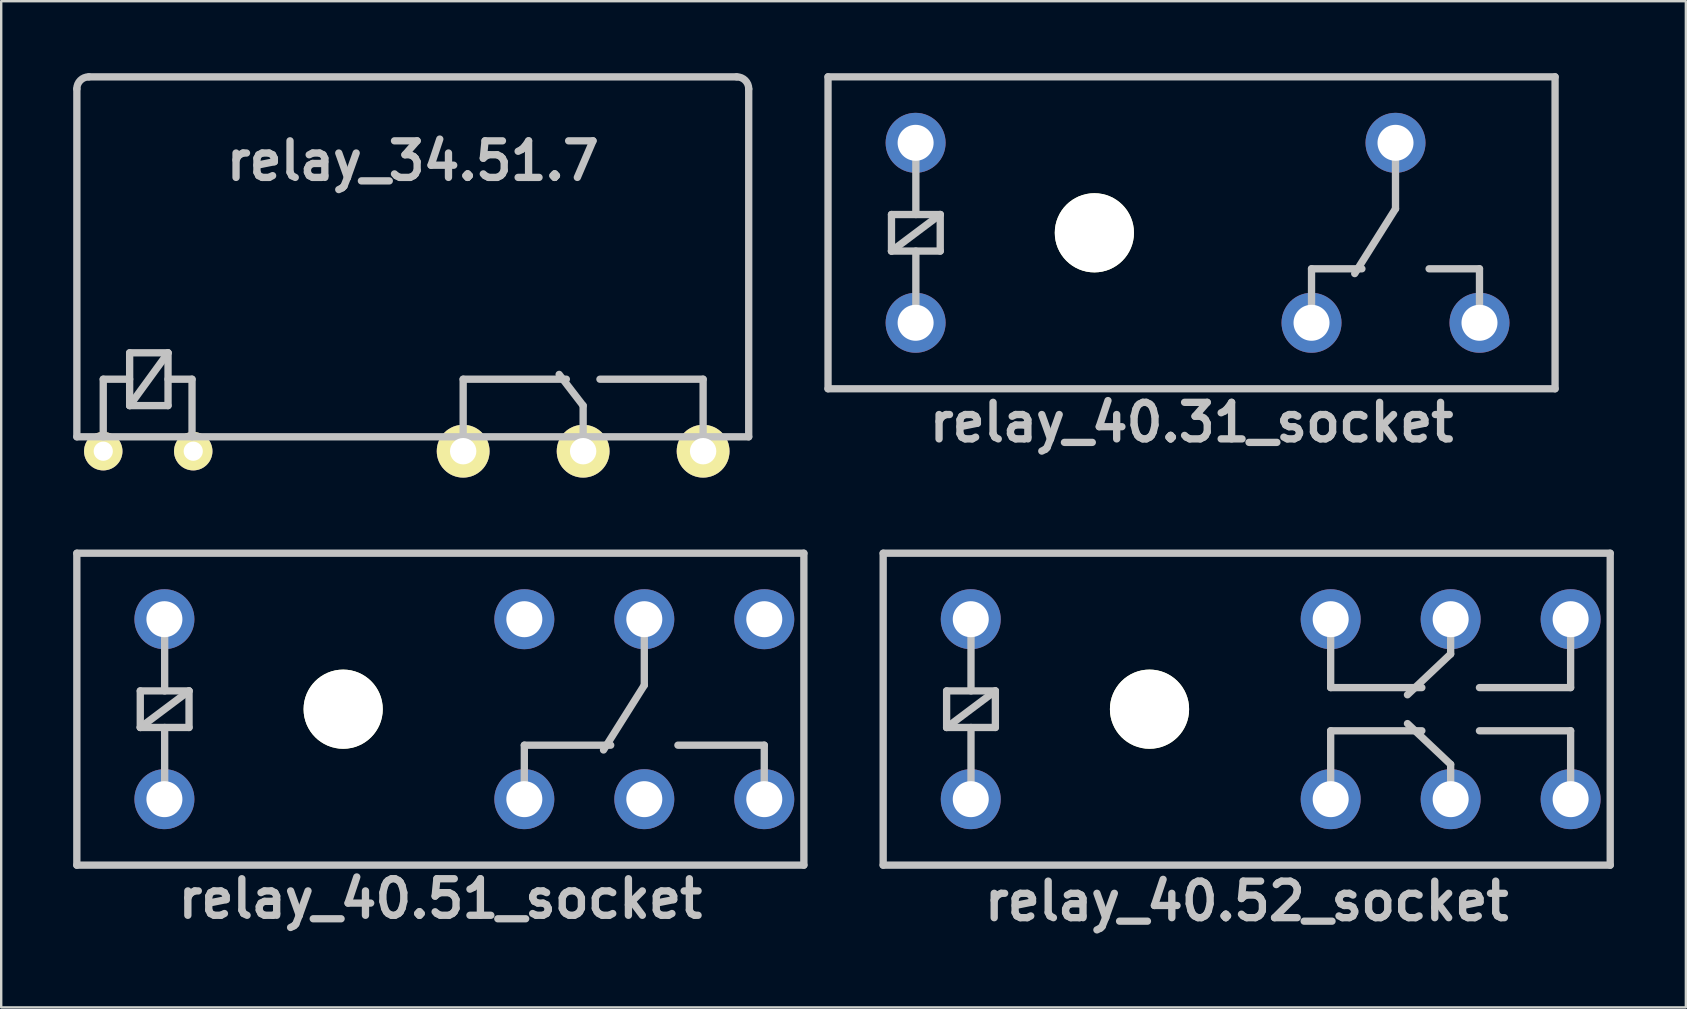
<source format=kicad_pcb>
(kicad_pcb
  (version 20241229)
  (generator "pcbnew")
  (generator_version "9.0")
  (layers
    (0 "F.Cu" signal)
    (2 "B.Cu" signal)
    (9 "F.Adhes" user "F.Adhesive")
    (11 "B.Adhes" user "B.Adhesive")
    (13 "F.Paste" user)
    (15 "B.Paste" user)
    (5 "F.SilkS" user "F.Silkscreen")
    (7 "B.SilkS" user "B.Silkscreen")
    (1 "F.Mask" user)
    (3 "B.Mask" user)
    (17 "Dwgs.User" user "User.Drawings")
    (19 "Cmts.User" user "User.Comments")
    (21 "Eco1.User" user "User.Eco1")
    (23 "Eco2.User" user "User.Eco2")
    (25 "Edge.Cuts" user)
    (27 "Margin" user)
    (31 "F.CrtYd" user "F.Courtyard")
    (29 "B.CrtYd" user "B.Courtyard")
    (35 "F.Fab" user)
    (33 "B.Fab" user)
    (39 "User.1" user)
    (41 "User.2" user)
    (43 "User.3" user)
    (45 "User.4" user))
  (footprint "relay_40.51_socket"
    (layer "F.Cu")
    (at 15.302 26.506)
    (property "Reference" "relay_40.51_socket" (at 0 7.9 0) (layer "Dwgs.User") (effects (font (size 1.524 1.524) (thickness 0.305))))
    (attr through_hole)
    (fp_line (start -15.15 -6.5) (end -15.15 6.5) (stroke (width 0.305) (type solid)) (layer "Dwgs.User"))
    (fp_line (start -15.15 -6.5) (end 15.15 -6.5) (stroke (width 0.305) (type solid)) (layer "Dwgs.User"))
    (fp_line (start -15.15 6.5) (end 15.15 6.5) (stroke (width 0.305) (type solid)) (layer "Dwgs.User"))
    (fp_line (start -12.506 -0.762) (end -10.474 -0.762) (stroke (width 0.305) (type solid)) (layer "Dwgs.User"))
    (fp_line (start -12.506 0.762) (end -12.506 -0.762) (stroke (width 0.305) (type solid)) (layer "Dwgs.User"))
    (fp_line (start -12.506 0.762) (end -10.474 -0.762) (stroke (width 0.305) (type solid)) (layer "Dwgs.User"))
    (fp_line (start -11.49 -3.81) (end -11.49 -0.762) (stroke (width 0.305) (type solid)) (layer "Dwgs.User"))
    (fp_line (start -11.49 3.81) (end -11.49 0.762) (stroke (width 0.305) (type solid)) (layer "Dwgs.User"))
    (fp_line (start -10.474 -0.762) (end -10.474 0.762) (stroke (width 0.305) (type solid)) (layer "Dwgs.User"))
    (fp_line (start -10.474 0.762) (end -12.506 0.762) (stroke (width 0.305) (type solid)) (layer "Dwgs.User"))
    (fp_line (start 3.5 1.5) (end 7.1 1.5) (stroke (width 0.305) (type solid)) (layer "Dwgs.User"))
    (fp_line (start 3.5 3.7) (end 3.5 1.5) (stroke (width 0.305) (type solid)) (layer "Dwgs.User"))
    (fp_line (start 8.5 -1) (end 6.8 1.7) (stroke (width 0.305) (type solid)) (layer "Dwgs.User"))
    (fp_line (start 8.5 -1) (end 8.5 -3.8) (stroke (width 0.305) (type solid)) (layer "Dwgs.User"))
    (fp_line (start 13.5 1.5) (end 9.9 1.5) (stroke (width 0.305) (type solid)) (layer "Dwgs.User"))
    (fp_line (start 13.5 3.7) (end 13.5 1.5) (stroke (width 0.305) (type solid)) (layer "Dwgs.User"))
    (fp_line (start 15.15 -6.5) (end 15.15 6.5) (stroke (width 0.305) (type solid)) (layer "Dwgs.User"))
    (pad "" np_thru_hole circle (at -4.05 0) (size 3.3 3.3) (drill 3.3) (layers "*.Cu" "F.SilkS"))
    (pad "" thru_hole circle (at 3.5 -3.75) (size 2.5 2.5) (drill 1.5) (layers "*.Cu" "*.Mask"))
    (pad "" thru_hole circle (at 8.5 3.75) (size 2.5 2.5) (drill 1.5) (layers "*.Cu" "*.Mask"))
    (pad "" thru_hole circle (at 13.5 -3.75) (size 2.5 2.5) (drill 1.5) (layers "*.Cu" "*.Mask"))
    (pad "1" thru_hole circle (at -11.5 3.75) (size 2.5 2.5) (drill 1.5) (layers "*.Cu" "*.Mask"))
    (pad "2" thru_hole circle (at -11.5 -3.75) (size 2.5 2.5) (drill 1.5) (layers "*.Cu" "*.Mask"))
    (pad "11" thru_hole circle (at 8.5 -3.75) (size 2.5 2.5) (drill 1.5) (layers "*.Cu" "*.Mask"))
    (pad "12" thru_hole circle (at 3.5 3.75) (size 2.5 2.5) (drill 1.5) (layers "*.Cu" "*.Mask"))
    (pad "14" thru_hole circle (at 13.5 3.75) (size 2.5 2.5) (drill 1.5) (layers "*.Cu" "*.Mask")))
  (footprint "relay_40.52_socket"
    (layer "F.Cu")
    (at 48.907 26.506)
    (property "Reference" "relay_40.52_socket" (at 0 8 0) (layer "Dwgs.User") (effects (font (size 1.524 1.524) (thickness 0.305))))
    (attr through_hole)
    (fp_line (start -15.15 -6.5) (end -15.15 6.5) (stroke (width 0.305) (type solid)) (layer "Dwgs.User"))
    (fp_line (start -15.15 -6.5) (end 15.15 -6.5) (stroke (width 0.305) (type solid)) (layer "Dwgs.User"))
    (fp_line (start -15.15 6.5) (end 15.15 6.5) (stroke (width 0.305) (type solid)) (layer "Dwgs.User"))
    (fp_line (start -12.506 -0.762) (end -10.474 -0.762) (stroke (width 0.305) (type solid)) (layer "Dwgs.User"))
    (fp_line (start -12.506 0.762) (end -12.506 -0.762) (stroke (width 0.305) (type solid)) (layer "Dwgs.User"))
    (fp_line (start -12.506 0.762) (end -10.474 -0.762) (stroke (width 0.305) (type solid)) (layer "Dwgs.User"))
    (fp_line (start -11.49 -3.81) (end -11.49 -0.762) (stroke (width 0.305) (type solid)) (layer "Dwgs.User"))
    (fp_line (start -11.49 3.81) (end -11.49 0.762) (stroke (width 0.305) (type solid)) (layer "Dwgs.User"))
    (fp_line (start -10.474 -0.762) (end -10.474 0.762) (stroke (width 0.305) (type solid)) (layer "Dwgs.User"))
    (fp_line (start -10.474 0.762) (end -12.506 0.762) (stroke (width 0.305) (type solid)) (layer "Dwgs.User"))
    (fp_line (start 3.5 -3.7) (end 3.5 -0.9) (stroke (width 0.305) (type solid)) (layer "Dwgs.User"))
    (fp_line (start 3.5 -0.9) (end 7.3 -0.9) (stroke (width 0.305) (type solid)) (layer "Dwgs.User"))
    (fp_line (start 3.5 0.9) (end 7.3 0.9) (stroke (width 0.305) (type solid)) (layer "Dwgs.User"))
    (fp_line (start 3.5 3.7) (end 3.5 0.9) (stroke (width 0.305) (type solid)) (layer "Dwgs.User"))
    (fp_line (start 8.5 -3.7) (end 8.5 -2.3) (stroke (width 0.305) (type solid)) (layer "Dwgs.User"))
    (fp_line (start 8.5 -2.3) (end 6.7 -0.6) (stroke (width 0.305) (type solid)) (layer "Dwgs.User"))
    (fp_line (start 8.5 2.3) (end 6.7 0.6) (stroke (width 0.305) (type solid)) (layer "Dwgs.User"))
    (fp_line (start 8.5 3.7) (end 8.5 2.3) (stroke (width 0.305) (type solid)) (layer "Dwgs.User"))
    (fp_line (start 9.7 -0.9) (end 13.5 -0.9) (stroke (width 0.305) (type solid)) (layer "Dwgs.User"))
    (fp_line (start 9.7 0.9) (end 13.5 0.9) (stroke (width 0.305) (type solid)) (layer "Dwgs.User"))
    (fp_line (start 13.5 -3.7) (end 13.5 -0.9) (stroke (width 0.305) (type solid)) (layer "Dwgs.User"))
    (fp_line (start 13.5 3.7) (end 13.5 0.9) (stroke (width 0.305) (type solid)) (layer "Dwgs.User"))
    (fp_line (start 15.15 -6.5) (end 15.15 6.5) (stroke (width 0.305) (type solid)) (layer "Dwgs.User"))
    (pad "" np_thru_hole circle (at -4.05 0) (size 3.3 3.3) (drill 3.3) (layers "*.Cu" "F.SilkS"))
    (pad "1" thru_hole circle (at -11.5 3.75) (size 2.5 2.5) (drill 1.5) (layers "*.Cu" "*.Mask"))
    (pad "2" thru_hole circle (at -11.5 -3.75) (size 2.5 2.5) (drill 1.5) (layers "*.Cu" "*.Mask"))
    (pad "11" thru_hole circle (at 8.5 3.75) (size 2.5 2.5) (drill 1.5) (layers "*.Cu" "*.Mask"))
    (pad "12" thru_hole circle (at 3.5 3.75) (size 2.5 2.5) (drill 1.5) (layers "*.Cu" "*.Mask"))
    (pad "14" thru_hole circle (at 13.5 3.75) (size 2.5 2.5) (drill 1.5) (layers "*.Cu" "*.Mask"))
    (pad "21" thru_hole circle (at 8.5 -3.75) (size 2.5 2.5) (drill 1.5) (layers "*.Cu" "*.Mask"))
    (pad "22" thru_hole circle (at 3.5 -3.75) (size 2.5 2.5) (drill 1.5) (layers "*.Cu" "*.Mask"))
    (pad "24" thru_hole circle (at 13.5 -3.75) (size 2.5 2.5) (drill 1.5) (layers "*.Cu" "*.Mask")))
  (footprint "relay_34.51.7"
    (layer "F.Cu")
    (at 14.153 15.754)
    (property "Reference" "relay_34.51.7" (at 0 -12.1 0) (layer "Dwgs.User") (effects (font (size 1.524 1.524) (thickness 0.305))))
    (attr through_hole)
    (fp_line (start -14 -15.1) (end -14 -0.6) (stroke (width 0.305) (type solid)) (layer "Dwgs.User"))
    (fp_line (start -14 -0.6) (end 14 -0.6) (stroke (width 0.305) (type solid)) (layer "Dwgs.User"))
    (fp_line (start -13.5 -15.6) (end 13.5 -15.6) (stroke (width 0.305) (type solid)) (layer "Dwgs.User"))
    (fp_line (start -12.9 -0.6) (end -12.9 -3) (stroke (width 0.305) (type solid)) (layer "Dwgs.User"))
    (fp_line (start -11.8 -4.1) (end -11.8 -1.9) (stroke (width 0.305) (type solid)) (layer "Dwgs.User"))
    (fp_line (start -11.8 -3) (end -12.9 -3) (stroke (width 0.305) (type solid)) (layer "Dwgs.User"))
    (fp_line (start -11.8 -1.9) (end -10.2 -4.1) (stroke (width 0.305) (type solid)) (layer "Dwgs.User"))
    (fp_line (start -11.8 -1.9) (end -10.2 -1.9) (stroke (width 0.305) (type solid)) (layer "Dwgs.User"))
    (fp_line (start -10.2 -4.1) (end -11.8 -4.1) (stroke (width 0.305) (type solid)) (layer "Dwgs.User"))
    (fp_line (start -10.2 -3) (end -9.2 -3) (stroke (width 0.305) (type solid)) (layer "Dwgs.User"))
    (fp_line (start -10.2 -1.9) (end -10.2 -4.1) (stroke (width 0.305) (type solid)) (layer "Dwgs.User"))
    (fp_line (start -9.2 -0.6) (end -9.2 -3) (stroke (width 0.305) (type solid)) (layer "Dwgs.User"))
    (fp_line (start 2.1 -3) (end 6.4 -3) (stroke (width 0.305) (type solid)) (layer "Dwgs.User"))
    (fp_line (start 2.1 -0.6) (end 2.1 -3) (stroke (width 0.305) (type solid)) (layer "Dwgs.User"))
    (fp_line (start 7.1 -1.9) (end 6.1 -3.2) (stroke (width 0.305) (type solid)) (layer "Dwgs.User"))
    (fp_line (start 7.1 -0.6) (end 7.1 -1.9) (stroke (width 0.305) (type solid)) (layer "Dwgs.User"))
    (fp_line (start 7.8 -3) (end 12.1 -3) (stroke (width 0.305) (type solid)) (layer "Dwgs.User"))
    (fp_line (start 12.1 -0.6) (end 12.1 -3) (stroke (width 0.305) (type solid)) (layer "Dwgs.User"))
    (fp_line (start 14 -15.1) (end 14 -0.6) (stroke (width 0.305) (type solid)) (layer "Dwgs.User"))
    (fp_arc (start -14.0011 -15.10088) (mid -13.854542 -15.454702) (end -13.50072 -15.60126) (stroke (width 0.3048) (type solid)) (layer "Dwgs.User"))
    (fp_arc (start 13.50072 -15.60126) (mid 13.854542 -15.454702) (end 14.0011 -15.10088) (stroke (width 0.3048) (type solid)) (layer "Dwgs.User"))
    (pad "1" thru_hole circle (at -12.9 0) (size 1.6 1.6) (drill 0.8) (layers "*.Cu" "*.Mask" "F.SilkS"))
    (pad "2" thru_hole circle (at -9.15 0) (size 1.6 1.6) (drill 0.8) (layers "*.Cu" "*.Mask" "F.SilkS"))
    (pad "11" thru_hole circle (at 7.1 0) (size 2.2 2.2) (drill 1.1) (layers "*.Cu" "*.Mask" "F.SilkS"))
    (pad "12" thru_hole circle (at 2.1 0) (size 2.2 2.2) (drill 1.1) (layers "*.Cu" "*.Mask" "F.SilkS"))
    (pad "14" thru_hole circle (at 12.1 0) (size 2.2 2.2) (drill 1.1) (layers "*.Cu" "*.Mask" "F.SilkS")))
  (footprint "relay_40.31_socket"
    (layer "F.Cu")
    (at 46.609 6.652)
    (property "Reference" "relay_40.31_socket" (at 0 7.9 0) (layer "Dwgs.User") (effects (font (size 1.524 1.524) (thickness 0.305))))
    (attr through_hole)
    (fp_line (start -15.15 -6.5) (end -15.15 6.5) (stroke (width 0.305) (type solid)) (layer "Dwgs.User"))
    (fp_line (start -15.15 -6.5) (end 15.15 -6.5) (stroke (width 0.305) (type solid)) (layer "Dwgs.User"))
    (fp_line (start -15.15 6.5) (end 15.15 6.5) (stroke (width 0.305) (type solid)) (layer "Dwgs.User"))
    (fp_line (start -12.506 -0.762) (end -10.474 -0.762) (stroke (width 0.305) (type solid)) (layer "Dwgs.User"))
    (fp_line (start -12.506 0.762) (end -12.506 -0.762) (stroke (width 0.305) (type solid)) (layer "Dwgs.User"))
    (fp_line (start -12.506 0.762) (end -10.474 -0.762) (stroke (width 0.305) (type solid)) (layer "Dwgs.User"))
    (fp_line (start -11.49 -3.81) (end -11.49 -0.762) (stroke (width 0.305) (type solid)) (layer "Dwgs.User"))
    (fp_line (start -11.49 3.81) (end -11.49 0.762) (stroke (width 0.305) (type solid)) (layer "Dwgs.User"))
    (fp_line (start -10.474 -0.762) (end -10.474 0.762) (stroke (width 0.305) (type solid)) (layer "Dwgs.User"))
    (fp_line (start -10.474 0.762) (end -12.506 0.762) (stroke (width 0.305) (type solid)) (layer "Dwgs.User"))
    (fp_line (start 5 1.5) (end 7.1 1.5) (stroke (width 0.305) (type solid)) (layer "Dwgs.User"))
    (fp_line (start 5 3.7) (end 5 1.5) (stroke (width 0.305) (type solid)) (layer "Dwgs.User"))
    (fp_line (start 8.5 -1) (end 6.8 1.7) (stroke (width 0.305) (type solid)) (layer "Dwgs.User"))
    (fp_line (start 8.5 -1) (end 8.5 -3.8) (stroke (width 0.305) (type solid)) (layer "Dwgs.User"))
    (fp_line (start 12 1.5) (end 9.9 1.5) (stroke (width 0.305) (type solid)) (layer "Dwgs.User"))
    (fp_line (start 12 3.7) (end 12 1.5) (stroke (width 0.305) (type solid)) (layer "Dwgs.User"))
    (fp_line (start 15.15 -6.5) (end 15.15 6.5) (stroke (width 0.305) (type solid)) (layer "Dwgs.User"))
    (pad "" np_thru_hole circle (at -4.05 0) (size 3.3 3.3) (drill 3.3) (layers "*.Cu" "F.SilkS"))
    (pad "1" thru_hole circle (at -11.5 3.75) (size 2.5 2.5) (drill 1.5) (layers "*.Cu" "*.Mask"))
    (pad "2" thru_hole circle (at -11.5 -3.75) (size 2.5 2.5) (drill 1.5) (layers "*.Cu" "*.Mask"))
    (pad "11" thru_hole circle (at 8.5 -3.75) (size 2.5 2.5) (drill 1.5) (layers "*.Cu" "*.Mask"))
    (pad "12" thru_hole circle (at 5 3.75) (size 2.5 2.5) (drill 1.5) (layers "*.Cu" "*.Mask"))
    (pad "14" thru_hole circle (at 12 3.75) (size 2.5 2.5) (drill 1.5) (layers "*.Cu" "*.Mask")))
  (gr_rect
    (start -3 -3)
    (end 67.21 38.933)
    (stroke (width 0.1) (type default))
    (fill no)
    (layer "Edge.Cuts")))
</source>
